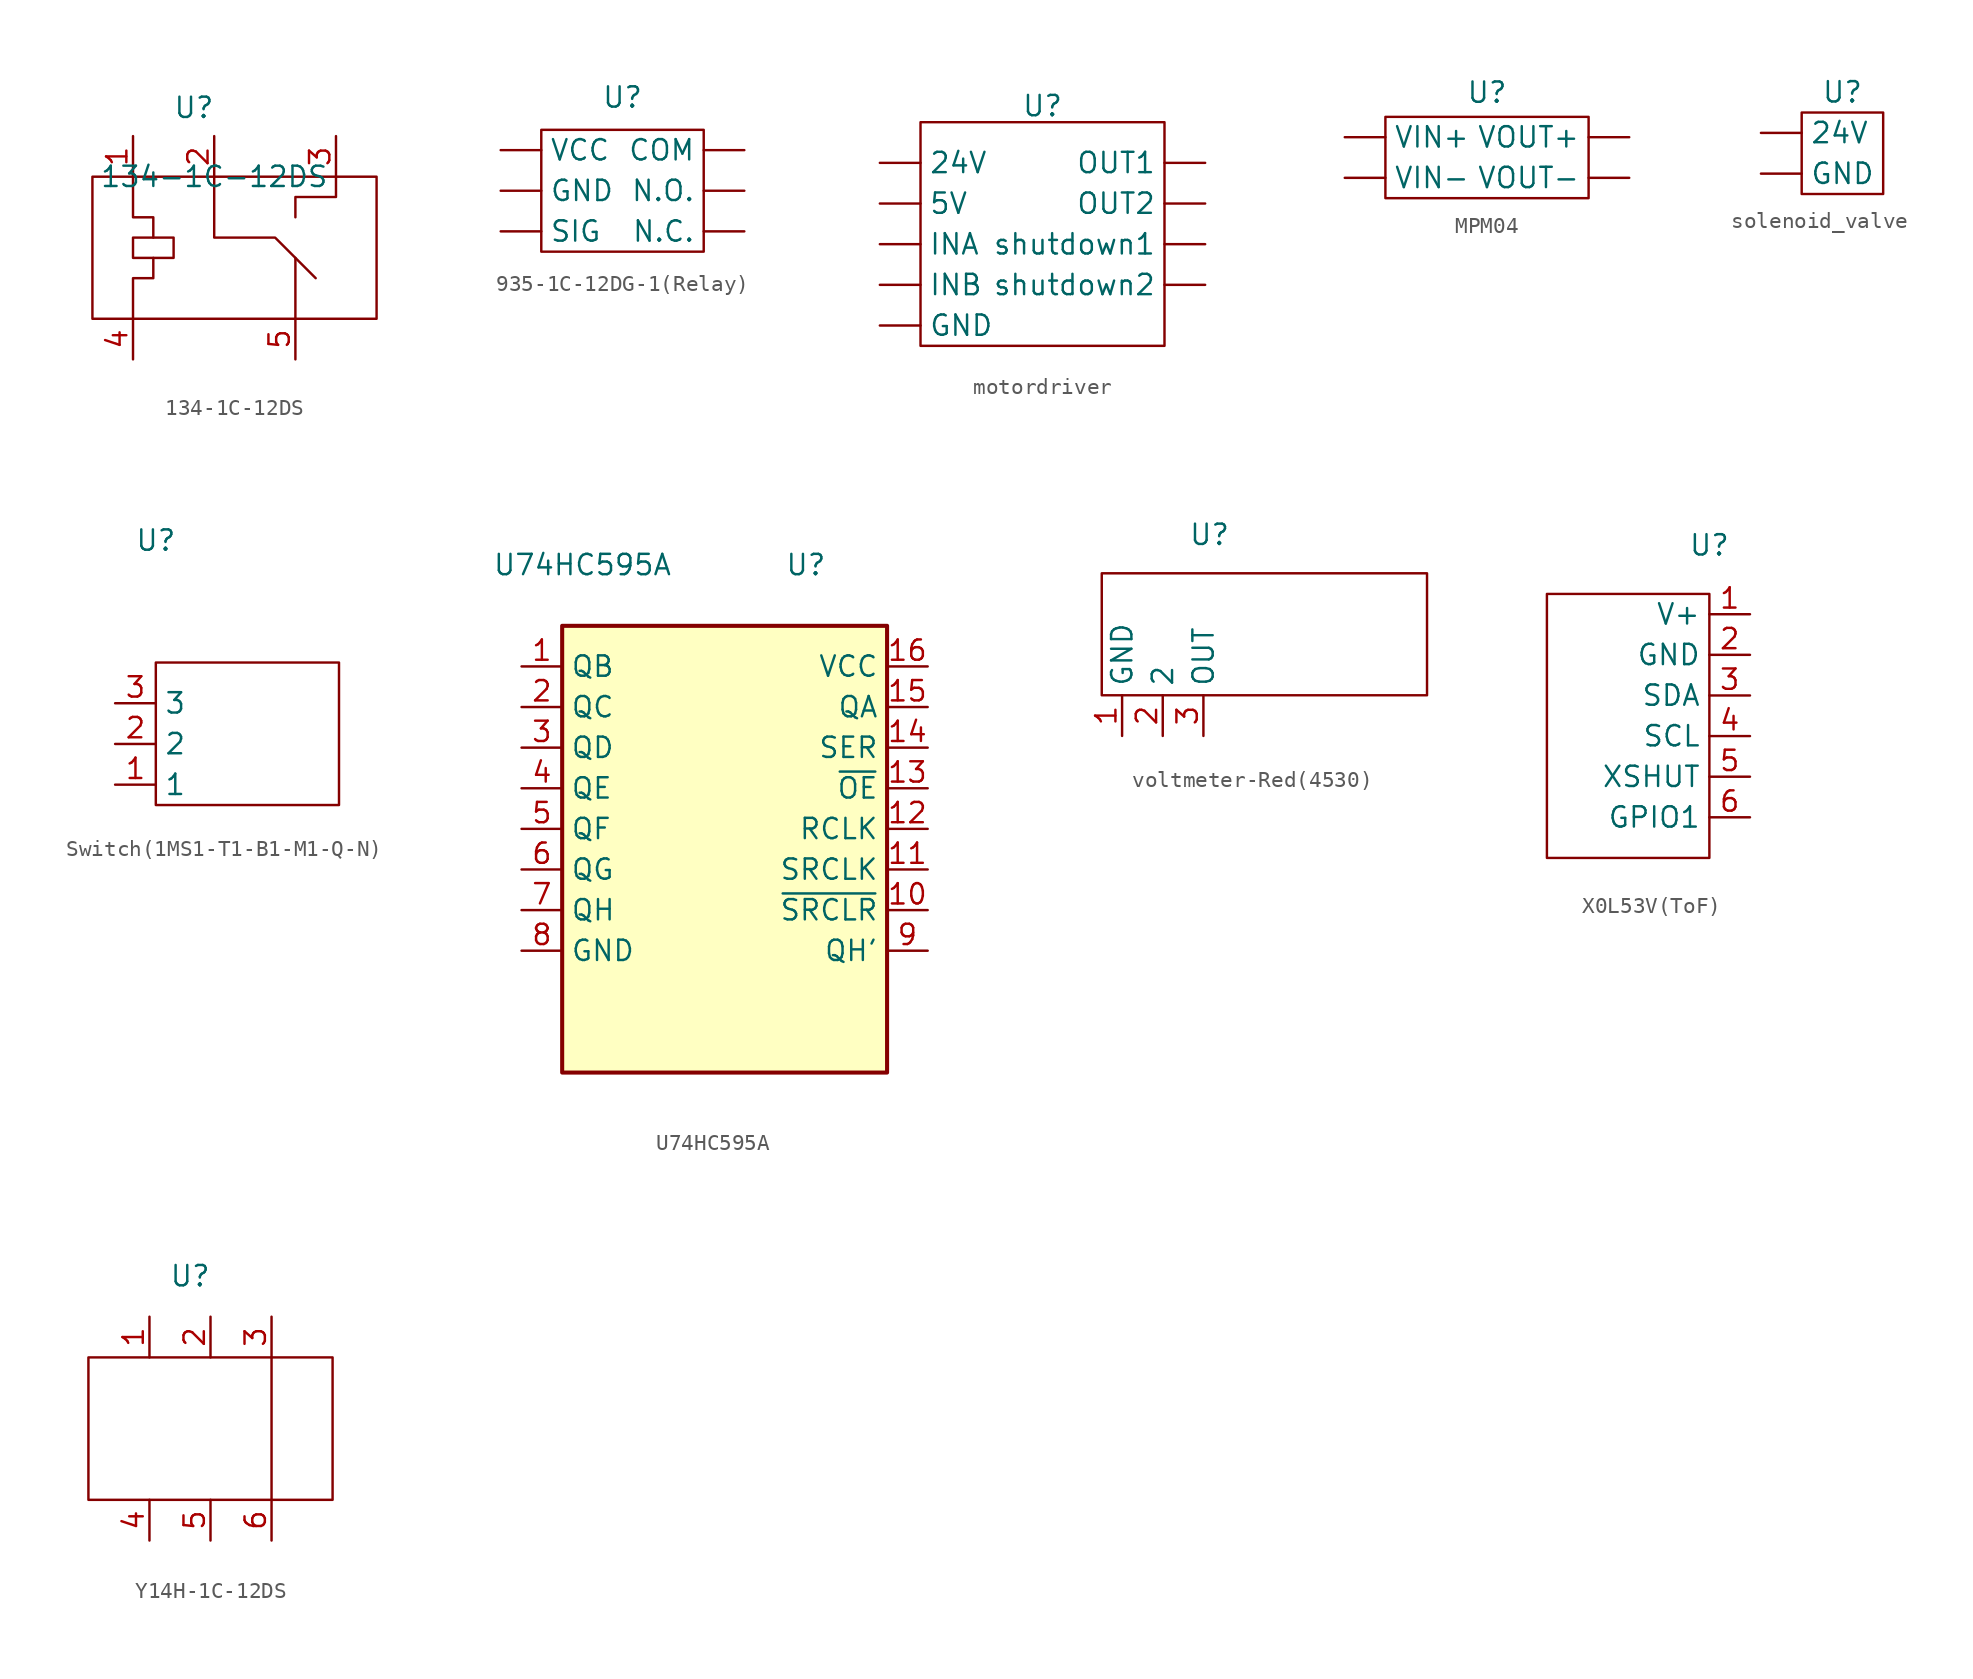
<source format=kicad_sym>
(kicad_symbol_lib
  (version 20231120)
  (generator "kicad_symbol_editor")
  (generator_version "8.0")
  (symbol "134-1C-12DS"
    (property "Reference" "U"
      (at -1.27 4.318 0)
      (effects (font (size 1.27 1.27))))
    (property "Value" "134-1C-12DS"
      (at 0 0 0)
      (effects (font (size 1.27 1.27))))
    (symbol "134-1C-12DS_0_1"
      (rectangle (start -7.62 0) (end 10.16 -8.89) (stroke (width 0) (type default)) (fill (type none)))
      (rectangle (start -5.08 -3.81) (end -2.54 -5.08) (stroke (width 0) (type default)) (fill (type none)))
      (polyline (pts (xy 5.08 -8.89) (xy 5.08 -5.08)) (stroke (width 0) (type default)) (fill (type none)))
      (polyline (pts (xy -5.08 -8.89) (xy -5.08 -6.35) (xy -3.81 -6.35) (xy -3.81 -5.08)) (stroke (width 0) (type default)) (fill (type none)))
      (polyline (pts (xy -5.08 0) (xy -5.08 -2.54) (xy -3.81 -2.54) (xy -3.81 -3.81)) (stroke (width 0) (type default)) (fill (type none)))
      (polyline (pts (xy 0 0) (xy 0 -3.81) (xy 3.81 -3.81) (xy 6.35 -6.35)) (stroke (width 0) (type default)) (fill (type none)))
      (polyline (pts (xy 7.62 0) (xy 7.62 -1.27) (xy 5.08 -1.27) (xy 5.08 -2.54)) (stroke (width 0) (type default)) (fill (type none))))
    (symbol "134-1C-12DS_1_1"
      (pin input line (at -5.08 2.54 270) (length 2.54) (name "" (effects (font (size 1.27 1.27)))) (number "1" (effects (font (size 1.27 1.27)))))
      (pin input line (at 0 2.54 270) (length 2.54) (name "" (effects (font (size 1.27 1.27)))) (number "2" (effects (font (size 1.27 1.27)))))
      (pin input line (at 7.62 2.54 270) (length 2.54) (name "" (effects (font (size 1.27 1.27)))) (number "3" (effects (font (size 1.27 1.27)))))
      (pin input line (at -5.08 -11.43 90) (length 2.54) (name "" (effects (font (size 1.27 1.27)))) (number "4" (effects (font (size 1.27 1.27)))))
      (pin input line (at 5.08 -11.43 90) (length 2.54) (name "" (effects (font (size 1.27 1.27)))) (number "5" (effects (font (size 1.27 1.27)))))))
  (symbol "935-1C-12DG-1(Relay)"
    (property "Reference" "U"
      (at 0 2.032 0)
      (effects (font (size 1.27 1.27))))
    (property "Value" ""
      (at 0 0 0)
      (effects (font (size 1.27 1.27))))
    (symbol "935-1C-12DG-1(Relay)_0_1"
      (rectangle (start -5.08 0) (end 5.08 -7.62) (stroke (width 0) (type default)) (fill (type none))))
    (symbol "935-1C-12DG-1(Relay)_1_1"
      (pin input line (at 7.62 -1.27 180) (length 2.54) (name "COM" (effects (font (size 1.27 1.27)))) (number "" (effects (font (size 1.27 1.27)))))
      (pin input line (at -7.62 -3.81 0) (length 2.54) (name "GND" (effects (font (size 1.27 1.27)))) (number "" (effects (font (size 1.27 1.27)))))
      (pin input line (at 7.62 -6.35 180) (length 2.54) (name "N.C." (effects (font (size 1.27 1.27)))) (number "" (effects (font (size 1.27 1.27)))))
      (pin input line (at 7.62 -3.81 180) (length 2.54) (name "N.O." (effects (font (size 1.27 1.27)))) (number "" (effects (font (size 1.27 1.27)))))
      (pin input line (at -7.62 -6.35 0) (length 2.54) (name "SIG" (effects (font (size 1.27 1.27)))) (number "" (effects (font (size 1.27 1.27)))))
      (pin input line (at -7.62 -1.27 0) (length 2.54) (name "VCC" (effects (font (size 1.27 1.27)))) (number "" (effects (font (size 1.27 1.27)))))))
  (symbol "motordriver"
    (property "Reference" "U"
      (at 0 2.286 0)
      (effects (font (size 1.27 1.27))))
    (property "Value" ""
      (at -5.08 0 0)
      (effects (font (size 1.27 1.27))))
    (symbol "motordriver_0_1"
      (rectangle (start -7.62 1.27) (end 7.62 -12.7) (stroke (width 0) (type default)) (fill (type none))))
    (symbol "motordriver_1_1"
      (pin input line (at -10.16 -1.27 0) (length 2.54) (name "24V" (effects (font (size 1.27 1.27)))) (number "" (effects (font (size 1.27 1.27)))))
      (pin input line (at -10.16 -3.81 0) (length 2.54) (name "5V" (effects (font (size 1.27 1.27)))) (number "" (effects (font (size 1.27 1.27)))))
      (pin input line (at -10.16 -11.43 0) (length 2.54) (name "GND" (effects (font (size 1.27 1.27)))) (number "" (effects (font (size 1.27 1.27)))))
      (pin input line (at -10.16 -6.35 0) (length 2.54) (name "INA" (effects (font (size 1.27 1.27)))) (number "" (effects (font (size 1.27 1.27)))))
      (pin input line (at -10.16 -8.89 0) (length 2.54) (name "INB" (effects (font (size 1.27 1.27)))) (number "" (effects (font (size 1.27 1.27)))))
      (pin output line (at 10.16 -1.27 180) (length 2.54) (name "OUT1" (effects (font (size 1.27 1.27)))) (number "" (effects (font (size 1.27 1.27)))))
      (pin output line (at 10.16 -3.81 180) (length 2.54) (name "OUT2" (effects (font (size 1.27 1.27)))) (number "" (effects (font (size 1.27 1.27)))))
      (pin input line (at 10.16 -6.35 180) (length 2.54) (name "shutdown1" (effects (font (size 1.27 1.27)))) (number "" (effects (font (size 1.27 1.27)))))
      (pin input line (at 10.16 -8.89 180) (length 2.54) (name "shutdown2" (effects (font (size 1.27 1.27)))) (number "" (effects (font (size 1.27 1.27)))))))
  (symbol "MPM04"
    (property "Reference" "U"
      (at 0 2.794 0)
      (effects (font (size 1.27 1.27))))
    (property "Value" ""
      (at -2.54 0 0)
      (effects (font (size 1.27 1.27))))
    (symbol "MPM04_0_1"
      (rectangle (start -6.35 1.27) (end 6.35 -3.81) (stroke (width 0) (type default)) (fill (type none))))
    (symbol "MPM04_1_1"
      (pin power_in line (at -8.89 0 0) (length 2.54) (name "VIN+" (effects (font (size 1.27 1.27)))) (number "" (effects (font (size 1.27 1.27)))))
      (pin power_in line (at -8.89 -2.54 0) (length 2.54) (name "VIN-" (effects (font (size 1.27 1.27)))) (number "" (effects (font (size 1.27 1.27)))))
      (pin power_out line (at 8.89 0 180) (length 2.54) (name "VOUT+" (effects (font (size 1.27 1.27)))) (number "" (effects (font (size 1.27 1.27)))))
      (pin power_out line (at 8.89 -2.54 180) (length 2.54) (name "VOUT-" (effects (font (size 1.27 1.27)))) (number "" (effects (font (size 1.27 1.27)))))))
  (symbol "solenoid_valve"
    (property "Reference" "U"
      (at 0 3.81 0)
      (effects (font (size 1.27 1.27))))
    (property "Value" ""
      (at -2.54 1.27 0)
      (effects (font (size 1.27 1.27))))
    (symbol "solenoid_valve_0_1"
      (rectangle (start -2.54 2.54) (end 2.54 -2.54) (stroke (width 0) (type default)) (fill (type none))))
    (symbol "solenoid_valve_1_1"
      (pin input line (at -5.08 1.27 0) (length 2.54) (name "24V" (effects (font (size 1.27 1.27)))) (number "" (effects (font (size 1.27 1.27)))))
      (pin input line (at -5.08 -1.27 0) (length 2.54) (name "GND" (effects (font (size 1.27 1.27)))) (number "" (effects (font (size 1.27 1.27)))))))
  (symbol "Switch(1MS1-T1-B1-M1-Q-N)"
    (property "Reference" "U"
      (at 0 0 0)
      (effects (font (size 1.27 1.27))))
    (property "Value" ""
      (at 0 0 0)
      (effects (font (size 1.27 1.27))))
    (symbol "Switch(1MS1-T1-B1-M1-Q-N)_0_1"
      (rectangle (start 0 -7.62) (end 11.43 -16.51) (stroke (width 0) (type default)) (fill (type none))))
    (symbol "Switch(1MS1-T1-B1-M1-Q-N)_1_1"
      (pin input line (at -2.54 -15.24 0) (length 2.54) (name "1" (effects (font (size 1.27 1.27)))) (number "1" (effects (font (size 1.27 1.27)))))
      (pin input line (at -2.54 -12.7 0) (length 2.54) (name "2" (effects (font (size 1.27 1.27)))) (number "2" (effects (font (size 1.27 1.27)))))
      (pin input line (at -2.54 -10.16 0) (length 2.54) (name "3" (effects (font (size 1.27 1.27)))) (number "3" (effects (font (size 1.27 1.27)))))))
  (symbol "U74HC595A"
    (property "Reference" "U"
      (at 5.08 16.51 0)
      (effects (font (size 1.27 1.27))))
    (property "Value" "U74HC595A"
      (at -8.89 16.51 0)
      (effects (font (size 1.27 1.27))))
    (symbol "U74HC595A_1_1"
      (rectangle (start -10.16 12.7) (end 10.16 -15.24) (stroke (width 0.254) (type default)) (fill (type background)))
      (pin output line (at -12.7 10.16 0) (length 2.54) (name "QB" (effects (font (size 1.27 1.27)))) (number "1" (effects (font (size 1.27 1.27)))))
      (pin bidirectional line (at 12.7 -5.08 180) (length 2.54) (name "~{SRCLR}" (effects (font (size 1.27 1.27)))) (number "10" (effects (font (size 1.27 1.27)))))
      (pin bidirectional line (at 12.7 -2.54 180) (length 2.54) (name "SRCLK" (effects (font (size 1.27 1.27)))) (number "11" (effects (font (size 1.27 1.27)))))
      (pin bidirectional line (at 12.7 0 180) (length 2.54) (name "RCLK" (effects (font (size 1.27 1.27)))) (number "12" (effects (font (size 1.27 1.27)))))
      (pin bidirectional line (at 12.7 2.54 180) (length 2.54) (name "~{OE}" (effects (font (size 1.27 1.27)))) (number "13" (effects (font (size 1.27 1.27)))))
      (pin output line (at 12.7 5.08 180) (length 2.54) (name "SER" (effects (font (size 1.27 1.27)))) (number "14" (effects (font (size 1.27 1.27)))))
      (pin output line (at 12.7 7.62 180) (length 2.54) (name "QA" (effects (font (size 1.27 1.27)))) (number "15" (effects (font (size 1.27 1.27)))))
      (pin power_in line (at 12.7 10.16 180) (length 2.54) (name "VCC" (effects (font (size 1.27 1.27)))) (number "16" (effects (font (size 1.27 1.27)))))
      (pin output line (at -12.7 7.62 0) (length 2.54) (name "QC" (effects (font (size 1.27 1.27)))) (number "2" (effects (font (size 1.27 1.27)))))
      (pin output line (at -12.7 5.08 0) (length 2.54) (name "QD" (effects (font (size 1.27 1.27)))) (number "3" (effects (font (size 1.27 1.27)))))
      (pin output line (at -12.7 2.54 0) (length 2.54) (name "QE" (effects (font (size 1.27 1.27)))) (number "4" (effects (font (size 1.27 1.27)))))
      (pin output line (at -12.7 0 0) (length 2.54) (name "QF" (effects (font (size 1.27 1.27)))) (number "5" (effects (font (size 1.27 1.27)))))
      (pin output line (at -12.7 -2.54 0) (length 2.54) (name "QG" (effects (font (size 1.27 1.27)))) (number "6" (effects (font (size 1.27 1.27)))))
      (pin output line (at -12.7 -5.08 0) (length 2.54) (name "QH" (effects (font (size 1.27 1.27)))) (number "7" (effects (font (size 1.27 1.27)))))
      (pin power_in line (at -12.7 -7.62 0) (length 2.54) (name "GND" (effects (font (size 1.27 1.27)))) (number "8" (effects (font (size 1.27 1.27)))))
      (pin bidirectional line (at 12.7 -7.62 180) (length 2.54) (name "QH'" (effects (font (size 1.27 1.27)))) (number "9" (effects (font (size 1.27 1.27)))))))
  (symbol "voltmeter-Red(4530)"
    (property "Reference" "U"
      (at -0.254 1.778 0)
      (effects (font (size 1.27 1.27))))
    (property "Value" ""
      (at -8.255 -8.255 90)
      (effects (font (size 1.27 1.27))))
    (symbol "voltmeter-Red(4530)_0_1"
      (rectangle (start -6.985 -8.255) (end 13.335 -0.635) (stroke (width 0) (type default)) (fill (type none))))
    (symbol "voltmeter-Red(4530)_1_1"
      (pin input line (at -5.715 -10.795 90) (length 2.54) (name "GND" (effects (font (size 1.27 1.27)))) (number "1" (effects (font (size 1.27 1.27)))))
      (pin input line (at -3.175 -10.795 90) (length 2.54) (name "2" (effects (font (size 1.27 1.27)))) (number "2" (effects (font (size 1.27 1.27)))))
      (pin input line (at -0.635 -10.795 90) (length 2.54) (name "OUT" (effects (font (size 1.27 1.27)))) (number "3" (effects (font (size 1.27 1.27)))))))
  (symbol "X0L53V(ToF)"
    (property "Reference" "U"
      (at 0 3.048 0)
      (effects (font (size 1.27 1.27))))
    (property "Value" ""
      (at 0 0 0)
      (effects (font (size 1.27 1.27))))
    (symbol "X0L53V(ToF)_0_1"
      (rectangle (start 0 0) (end -10.16 -16.51) (stroke (width 0) (type default)) (fill (type none))))
    (symbol "X0L53V(ToF)_1_1"
      (pin input line (at 2.54 -1.27 180) (length 2.54) (name "V+" (effects (font (size 1.27 1.27)))) (number "1" (effects (font (size 1.27 1.27)))))
      (pin input line (at 2.54 -3.81 180) (length 2.54) (name "GND" (effects (font (size 1.27 1.27)))) (number "2" (effects (font (size 1.27 1.27)))))
      (pin input line (at 2.54 -6.35 180) (length 2.54) (name "SDA" (effects (font (size 1.27 1.27)))) (number "3" (effects (font (size 1.27 1.27)))))
      (pin input line (at 2.54 -8.89 180) (length 2.54) (name "SCL" (effects (font (size 1.27 1.27)))) (number "4" (effects (font (size 1.27 1.27)))))
      (pin input line (at 2.54 -11.43 180) (length 2.54) (name "XSHUT" (effects (font (size 1.27 1.27)))) (number "5" (effects (font (size 1.27 1.27)))))
      (pin input line (at 2.54 -13.97 180) (length 2.54) (name "GPIO1" (effects (font (size 1.27 1.27)))) (number "6" (effects (font (size 1.27 1.27)))))))
  (symbol "Y14H-1C-12DS"
    (property "Reference" "U"
      (at -1.27 5.08 0)
      (effects (font (size 1.27 1.27))))
    (property "Value" ""
      (at -1.27 5.08 0)
      (effects (font (size 1.27 1.27))))
    (symbol "Y14H-1C-12DS_0_1"
      (rectangle (start -7.62 0) (end 7.62 -8.89) (stroke (width 0) (type default)) (fill (type none)))
      (polyline (pts (xy 3.81 0) (xy 3.81 -8.89)) (stroke (width 0) (type default)) (fill (type none))))
    (symbol "Y14H-1C-12DS_1_1"
      (pin input line (at -3.81 2.54 270) (length 2.54) (name "" (effects (font (size 1.27 1.27)))) (number "1" (effects (font (size 1.27 1.27)))))
      (pin input line (at 0 2.54 270) (length 2.54) (name "" (effects (font (size 1.27 1.27)))) (number "2" (effects (font (size 1.27 1.27)))))
      (pin input line (at 3.81 2.54 270) (length 2.54) (name "" (effects (font (size 1.27 1.27)))) (number "3" (effects (font (size 1.27 1.27)))))
      (pin input line (at -3.81 -11.43 90) (length 2.54) (name "" (effects (font (size 1.27 1.27)))) (number "4" (effects (font (size 1.27 1.27)))))
      (pin input line (at 0 -11.43 90) (length 2.54) (name "" (effects (font (size 1.27 1.27)))) (number "5" (effects (font (size 1.27 1.27)))))
      (pin input line (at 3.81 -11.43 90) (length 2.54) (name "" (effects (font (size 1.27 1.27)))) (number "6" (effects (font (size 1.27 1.27))))))))
</source>
